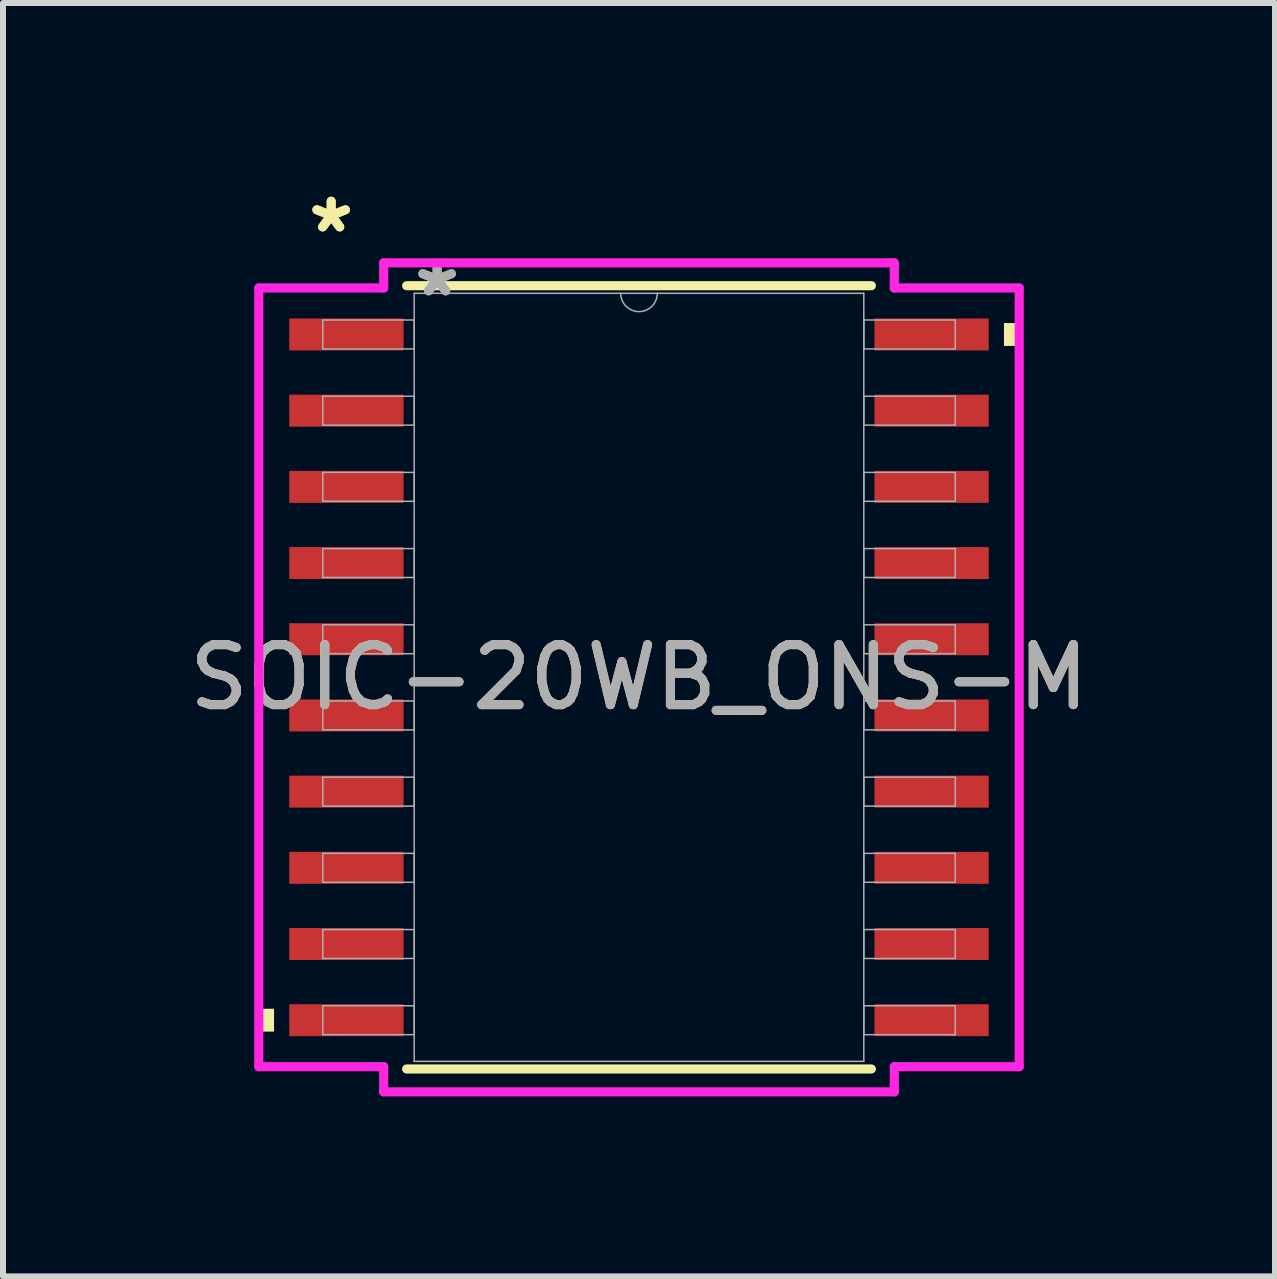
<source format=kicad_pcb>
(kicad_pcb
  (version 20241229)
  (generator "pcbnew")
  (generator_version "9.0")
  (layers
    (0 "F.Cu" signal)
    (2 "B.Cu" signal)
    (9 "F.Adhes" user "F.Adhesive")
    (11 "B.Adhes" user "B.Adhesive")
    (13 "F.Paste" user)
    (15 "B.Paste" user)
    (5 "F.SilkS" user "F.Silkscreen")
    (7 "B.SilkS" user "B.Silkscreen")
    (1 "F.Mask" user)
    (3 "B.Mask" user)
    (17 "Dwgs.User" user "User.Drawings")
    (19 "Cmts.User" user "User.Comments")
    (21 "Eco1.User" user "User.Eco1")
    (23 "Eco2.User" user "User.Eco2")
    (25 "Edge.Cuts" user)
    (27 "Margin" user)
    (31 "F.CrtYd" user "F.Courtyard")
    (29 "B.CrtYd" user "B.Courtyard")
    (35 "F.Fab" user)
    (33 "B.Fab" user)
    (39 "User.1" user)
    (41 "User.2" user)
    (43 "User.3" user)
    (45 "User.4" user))
  (footprint "SOIC-20WB_ONS-M"
    (layer "F.Cu")
    (at 7.601 8.24)
    (property "Reference" "SOIC-20WB_ONS-M" (at 0 0 0) (unlocked yes) (layer "F.SilkS") (effects (font (size 1 1) (thickness 0.15))))
    (attr smd)
    (fp_line (start -3.873 6.528) (end 3.873 6.528) (stroke (width 0.152) (type solid)) (layer "F.SilkS"))
    (fp_line (start 3.873 -6.528) (end -3.873 -6.528) (stroke (width 0.152) (type solid)) (layer "F.SilkS"))
    (fp_poly (pts (xy -6.337 5.524) (xy -6.337 5.905) (xy -6.083 5.905) (xy -6.083 5.524)) (stroke (width 0) (type solid)) (fill yes) (layer "F.SilkS"))
    (fp_poly (pts (xy 6.337 -5.905) (xy 6.337 -5.524) (xy 6.083 -5.524) (xy 6.083 -5.905)) (stroke (width 0) (type solid)) (fill yes) (layer "F.SilkS"))
    (fp_line (start -6.337 -6.49) (end -4.255 -6.49) (stroke (width 0.152) (type solid)) (layer "F.CrtYd"))
    (fp_line (start -6.337 6.49) (end -6.337 -6.49) (stroke (width 0.152) (type solid)) (layer "F.CrtYd"))
    (fp_line (start -6.337 6.49) (end -4.255 6.49) (stroke (width 0.152) (type solid)) (layer "F.CrtYd"))
    (fp_line (start -4.255 -6.909) (end 4.255 -6.909) (stroke (width 0.152) (type solid)) (layer "F.CrtYd"))
    (fp_line (start -4.255 -6.49) (end -4.255 -6.909) (stroke (width 0.152) (type solid)) (layer "F.CrtYd"))
    (fp_line (start -4.255 6.909) (end -4.255 6.49) (stroke (width 0.152) (type solid)) (layer "F.CrtYd"))
    (fp_line (start 4.255 -6.909) (end 4.255 -6.49) (stroke (width 0.152) (type solid)) (layer "F.CrtYd"))
    (fp_line (start 4.255 6.49) (end 4.255 6.909) (stroke (width 0.152) (type solid)) (layer "F.CrtYd"))
    (fp_line (start 4.255 6.909) (end -4.255 6.909) (stroke (width 0.152) (type solid)) (layer "F.CrtYd"))
    (fp_line (start 6.337 -6.49) (end 4.255 -6.49) (stroke (width 0.152) (type solid)) (layer "F.CrtYd"))
    (fp_line (start 6.337 -6.49) (end 6.337 6.49) (stroke (width 0.152) (type solid)) (layer "F.CrtYd"))
    (fp_line (start 6.337 6.49) (end 4.255 6.49) (stroke (width 0.152) (type solid)) (layer "F.CrtYd"))
    (fp_line (start -5.271 -5.956) (end -5.271 -5.474) (stroke (width 0.025) (type solid)) (layer "F.Fab"))
    (fp_line (start -5.271 -5.474) (end -3.747 -5.474) (stroke (width 0.025) (type solid)) (layer "F.Fab"))
    (fp_line (start -5.271 -4.686) (end -5.271 -4.204) (stroke (width 0.025) (type solid)) (layer "F.Fab"))
    (fp_line (start -5.271 -4.204) (end -3.747 -4.204) (stroke (width 0.025) (type solid)) (layer "F.Fab"))
    (fp_line (start -5.271 -3.416) (end -5.271 -2.934) (stroke (width 0.025) (type solid)) (layer "F.Fab"))
    (fp_line (start -5.271 -2.934) (end -3.747 -2.934) (stroke (width 0.025) (type solid)) (layer "F.Fab"))
    (fp_line (start -5.271 -2.146) (end -5.271 -1.664) (stroke (width 0.025) (type solid)) (layer "F.Fab"))
    (fp_line (start -5.271 -1.664) (end -3.747 -1.664) (stroke (width 0.025) (type solid)) (layer "F.Fab"))
    (fp_line (start -5.271 -0.876) (end -5.271 -0.394) (stroke (width 0.025) (type solid)) (layer "F.Fab"))
    (fp_line (start -5.271 -0.394) (end -3.747 -0.394) (stroke (width 0.025) (type solid)) (layer "F.Fab"))
    (fp_line (start -5.271 0.394) (end -5.271 0.876) (stroke (width 0.025) (type solid)) (layer "F.Fab"))
    (fp_line (start -5.271 0.876) (end -3.747 0.876) (stroke (width 0.025) (type solid)) (layer "F.Fab"))
    (fp_line (start -5.271 1.664) (end -5.271 2.146) (stroke (width 0.025) (type solid)) (layer "F.Fab"))
    (fp_line (start -5.271 2.146) (end -3.747 2.146) (stroke (width 0.025) (type solid)) (layer "F.Fab"))
    (fp_line (start -5.271 2.934) (end -5.271 3.416) (stroke (width 0.025) (type solid)) (layer "F.Fab"))
    (fp_line (start -5.271 3.416) (end -3.747 3.416) (stroke (width 0.025) (type solid)) (layer "F.Fab"))
    (fp_line (start -5.271 4.204) (end -5.271 4.686) (stroke (width 0.025) (type solid)) (layer "F.Fab"))
    (fp_line (start -5.271 4.686) (end -3.747 4.686) (stroke (width 0.025) (type solid)) (layer "F.Fab"))
    (fp_line (start -5.271 5.474) (end -5.271 5.956) (stroke (width 0.025) (type solid)) (layer "F.Fab"))
    (fp_line (start -5.271 5.956) (end -3.747 5.956) (stroke (width 0.025) (type solid)) (layer "F.Fab"))
    (fp_line (start -3.747 -6.401) (end -3.747 6.401) (stroke (width 0.025) (type solid)) (layer "F.Fab"))
    (fp_line (start -3.747 -5.956) (end -5.271 -5.956) (stroke (width 0.025) (type solid)) (layer "F.Fab"))
    (fp_line (start -3.747 -5.474) (end -3.747 -5.956) (stroke (width 0.025) (type solid)) (layer "F.Fab"))
    (fp_line (start -3.747 -4.686) (end -5.271 -4.686) (stroke (width 0.025) (type solid)) (layer "F.Fab"))
    (fp_line (start -3.747 -4.204) (end -3.747 -4.686) (stroke (width 0.025) (type solid)) (layer "F.Fab"))
    (fp_line (start -3.747 -3.416) (end -5.271 -3.416) (stroke (width 0.025) (type solid)) (layer "F.Fab"))
    (fp_line (start -3.747 -2.934) (end -3.747 -3.416) (stroke (width 0.025) (type solid)) (layer "F.Fab"))
    (fp_line (start -3.747 -2.146) (end -5.271 -2.146) (stroke (width 0.025) (type solid)) (layer "F.Fab"))
    (fp_line (start -3.747 -1.664) (end -3.747 -2.146) (stroke (width 0.025) (type solid)) (layer "F.Fab"))
    (fp_line (start -3.747 -0.876) (end -5.271 -0.876) (stroke (width 0.025) (type solid)) (layer "F.Fab"))
    (fp_line (start -3.747 -0.394) (end -3.747 -0.876) (stroke (width 0.025) (type solid)) (layer "F.Fab"))
    (fp_line (start -3.747 0.394) (end -5.271 0.394) (stroke (width 0.025) (type solid)) (layer "F.Fab"))
    (fp_line (start -3.747 0.876) (end -3.747 0.394) (stroke (width 0.025) (type solid)) (layer "F.Fab"))
    (fp_line (start -3.747 1.664) (end -5.271 1.664) (stroke (width 0.025) (type solid)) (layer "F.Fab"))
    (fp_line (start -3.747 2.146) (end -3.747 1.664) (stroke (width 0.025) (type solid)) (layer "F.Fab"))
    (fp_line (start -3.747 2.934) (end -5.271 2.934) (stroke (width 0.025) (type solid)) (layer "F.Fab"))
    (fp_line (start -3.747 3.416) (end -3.747 2.934) (stroke (width 0.025) (type solid)) (layer "F.Fab"))
    (fp_line (start -3.747 4.204) (end -5.271 4.204) (stroke (width 0.025) (type solid)) (layer "F.Fab"))
    (fp_line (start -3.747 4.686) (end -3.747 4.204) (stroke (width 0.025) (type solid)) (layer "F.Fab"))
    (fp_line (start -3.747 5.474) (end -5.271 5.474) (stroke (width 0.025) (type solid)) (layer "F.Fab"))
    (fp_line (start -3.747 5.956) (end -3.747 5.474) (stroke (width 0.025) (type solid)) (layer "F.Fab"))
    (fp_line (start -3.747 6.401) (end 3.747 6.401) (stroke (width 0.025) (type solid)) (layer "F.Fab"))
    (fp_line (start 3.747 -6.401) (end -3.747 -6.401) (stroke (width 0.025) (type solid)) (layer "F.Fab"))
    (fp_line (start 3.747 -5.956) (end 3.747 -5.474) (stroke (width 0.025) (type solid)) (layer "F.Fab"))
    (fp_line (start 3.747 -5.474) (end 5.271 -5.474) (stroke (width 0.025) (type solid)) (layer "F.Fab"))
    (fp_line (start 3.747 -4.686) (end 3.747 -4.204) (stroke (width 0.025) (type solid)) (layer "F.Fab"))
    (fp_line (start 3.747 -4.204) (end 5.271 -4.204) (stroke (width 0.025) (type solid)) (layer "F.Fab"))
    (fp_line (start 3.747 -3.416) (end 3.747 -2.934) (stroke (width 0.025) (type solid)) (layer "F.Fab"))
    (fp_line (start 3.747 -2.934) (end 5.271 -2.934) (stroke (width 0.025) (type solid)) (layer "F.Fab"))
    (fp_line (start 3.747 -2.146) (end 3.747 -1.664) (stroke (width 0.025) (type solid)) (layer "F.Fab"))
    (fp_line (start 3.747 -1.664) (end 5.271 -1.664) (stroke (width 0.025) (type solid)) (layer "F.Fab"))
    (fp_line (start 3.747 -0.876) (end 3.747 -0.394) (stroke (width 0.025) (type solid)) (layer "F.Fab"))
    (fp_line (start 3.747 -0.394) (end 5.271 -0.394) (stroke (width 0.025) (type solid)) (layer "F.Fab"))
    (fp_line (start 3.747 0.394) (end 3.747 0.876) (stroke (width 0.025) (type solid)) (layer "F.Fab"))
    (fp_line (start 3.747 0.876) (end 5.271 0.876) (stroke (width 0.025) (type solid)) (layer "F.Fab"))
    (fp_line (start 3.747 1.664) (end 3.747 2.146) (stroke (width 0.025) (type solid)) (layer "F.Fab"))
    (fp_line (start 3.747 2.146) (end 5.271 2.146) (stroke (width 0.025) (type solid)) (layer "F.Fab"))
    (fp_line (start 3.747 2.934) (end 3.747 3.416) (stroke (width 0.025) (type solid)) (layer "F.Fab"))
    (fp_line (start 3.747 3.416) (end 5.271 3.416) (stroke (width 0.025) (type solid)) (layer "F.Fab"))
    (fp_line (start 3.747 4.204) (end 3.747 4.686) (stroke (width 0.025) (type solid)) (layer "F.Fab"))
    (fp_line (start 3.747 4.686) (end 5.271 4.686) (stroke (width 0.025) (type solid)) (layer "F.Fab"))
    (fp_line (start 3.747 5.474) (end 3.747 5.956) (stroke (width 0.025) (type solid)) (layer "F.Fab"))
    (fp_line (start 3.747 5.956) (end 5.271 5.956) (stroke (width 0.025) (type solid)) (layer "F.Fab"))
    (fp_line (start 3.747 6.401) (end 3.747 -6.401) (stroke (width 0.025) (type solid)) (layer "F.Fab"))
    (fp_line (start 5.271 -5.956) (end 3.747 -5.956) (stroke (width 0.025) (type solid)) (layer "F.Fab"))
    (fp_line (start 5.271 -5.474) (end 5.271 -5.956) (stroke (width 0.025) (type solid)) (layer "F.Fab"))
    (fp_line (start 5.271 -4.686) (end 3.747 -4.686) (stroke (width 0.025) (type solid)) (layer "F.Fab"))
    (fp_line (start 5.271 -4.204) (end 5.271 -4.686) (stroke (width 0.025) (type solid)) (layer "F.Fab"))
    (fp_line (start 5.271 -3.416) (end 3.747 -3.416) (stroke (width 0.025) (type solid)) (layer "F.Fab"))
    (fp_line (start 5.271 -2.934) (end 5.271 -3.416) (stroke (width 0.025) (type solid)) (layer "F.Fab"))
    (fp_line (start 5.271 -2.146) (end 3.747 -2.146) (stroke (width 0.025) (type solid)) (layer "F.Fab"))
    (fp_line (start 5.271 -1.664) (end 5.271 -2.146) (stroke (width 0.025) (type solid)) (layer "F.Fab"))
    (fp_line (start 5.271 -0.876) (end 3.747 -0.876) (stroke (width 0.025) (type solid)) (layer "F.Fab"))
    (fp_line (start 5.271 -0.394) (end 5.271 -0.876) (stroke (width 0.025) (type solid)) (layer "F.Fab"))
    (fp_line (start 5.271 0.394) (end 3.747 0.394) (stroke (width 0.025) (type solid)) (layer "F.Fab"))
    (fp_line (start 5.271 0.876) (end 5.271 0.394) (stroke (width 0.025) (type solid)) (layer "F.Fab"))
    (fp_line (start 5.271 1.664) (end 3.747 1.664) (stroke (width 0.025) (type solid)) (layer "F.Fab"))
    (fp_line (start 5.271 2.146) (end 5.271 1.664) (stroke (width 0.025) (type solid)) (layer "F.Fab"))
    (fp_line (start 5.271 2.934) (end 3.747 2.934) (stroke (width 0.025) (type solid)) (layer "F.Fab"))
    (fp_line (start 5.271 3.416) (end 5.271 2.934) (stroke (width 0.025) (type solid)) (layer "F.Fab"))
    (fp_line (start 5.271 4.204) (end 3.747 4.204) (stroke (width 0.025) (type solid)) (layer "F.Fab"))
    (fp_line (start 5.271 4.686) (end 5.271 4.204) (stroke (width 0.025) (type solid)) (layer "F.Fab"))
    (fp_line (start 5.271 5.474) (end 3.747 5.474) (stroke (width 0.025) (type solid)) (layer "F.Fab"))
    (fp_line (start 5.271 5.956) (end 5.271 5.474) (stroke (width 0.025) (type solid)) (layer "F.Fab"))
    (fp_arc (start 0.3048 -6.4008) (mid 0 -6.096) (end -0.3048 -6.4008) (stroke (width 0.0254) (type solid)) (layer "F.Fab"))
    (fp_text user "*" (at -5.131 -7.391 0) (layer "F.SilkS") (effects (font (size 1 1) (thickness 0.15))))
    (fp_text user "*" (at -5.131 -7.391 0) (unlocked yes) (layer "F.SilkS") (effects (font (size 1 1) (thickness 0.15))))
    (fp_text user "*" (at -3.365 -6.325 0) (layer "F.Fab") (effects (font (size 1 1) (thickness 0.15))))
    (fp_text user "${REFERENCE}" (at 0 0 0) (unlocked yes) (layer "F.Fab") (effects (font (size 1 1) (thickness 0.15))))
    (fp_text user "*" (at -3.365 -6.325 0) (unlocked yes) (layer "F.Fab") (effects (font (size 1 1) (thickness 0.15))))
    (pad "1" smd rect (at -4.877 -5.715) (size 1.905 0.533) (layers "F.Cu" "F.Mask" "F.Paste"))
    (pad "2" smd rect (at -4.877 -4.445) (size 1.905 0.533) (layers "F.Cu" "F.Mask" "F.Paste"))
    (pad "3" smd rect (at -4.877 -3.175) (size 1.905 0.533) (layers "F.Cu" "F.Mask" "F.Paste"))
    (pad "4" smd rect (at -4.877 -1.905) (size 1.905 0.533) (layers "F.Cu" "F.Mask" "F.Paste"))
    (pad "5" smd rect (at -4.877 -0.635) (size 1.905 0.533) (layers "F.Cu" "F.Mask" "F.Paste"))
    (pad "6" smd rect (at -4.877 0.635) (size 1.905 0.533) (layers "F.Cu" "F.Mask" "F.Paste"))
    (pad "7" smd rect (at -4.877 1.905) (size 1.905 0.533) (layers "F.Cu" "F.Mask" "F.Paste"))
    (pad "8" smd rect (at -4.877 3.175) (size 1.905 0.533) (layers "F.Cu" "F.Mask" "F.Paste"))
    (pad "9" smd rect (at -4.877 4.445) (size 1.905 0.533) (layers "F.Cu" "F.Mask" "F.Paste"))
    (pad "10" smd rect (at -4.877 5.715) (size 1.905 0.533) (layers "F.Cu" "F.Mask" "F.Paste"))
    (pad "11" smd rect (at 4.877 5.715) (size 1.905 0.533) (layers "F.Cu" "F.Mask" "F.Paste"))
    (pad "12" smd rect (at 4.877 4.445) (size 1.905 0.533) (layers "F.Cu" "F.Mask" "F.Paste"))
    (pad "13" smd rect (at 4.877 3.175) (size 1.905 0.533) (layers "F.Cu" "F.Mask" "F.Paste"))
    (pad "14" smd rect (at 4.877 1.905) (size 1.905 0.533) (layers "F.Cu" "F.Mask" "F.Paste"))
    (pad "15" smd rect (at 4.877 0.635) (size 1.905 0.533) (layers "F.Cu" "F.Mask" "F.Paste"))
    (pad "16" smd rect (at 4.877 -0.635) (size 1.905 0.533) (layers "F.Cu" "F.Mask" "F.Paste"))
    (pad "17" smd rect (at 4.877 -1.905) (size 1.905 0.533) (layers "F.Cu" "F.Mask" "F.Paste"))
    (pad "18" smd rect (at 4.877 -3.175) (size 1.905 0.533) (layers "F.Cu" "F.Mask" "F.Paste"))
    (pad "19" smd rect (at 4.877 -4.445) (size 1.905 0.533) (layers "F.Cu" "F.Mask" "F.Paste"))
    (pad "20" smd rect (at 4.877 -5.715) (size 1.905 0.533) (layers "F.Cu" "F.Mask" "F.Paste")))
  (gr_rect
    (start -3 -3)
    (end 18.202 18.225)
    (stroke (width 0.1) (type default))
    (fill no)
    (layer "Edge.Cuts")))
</source>
